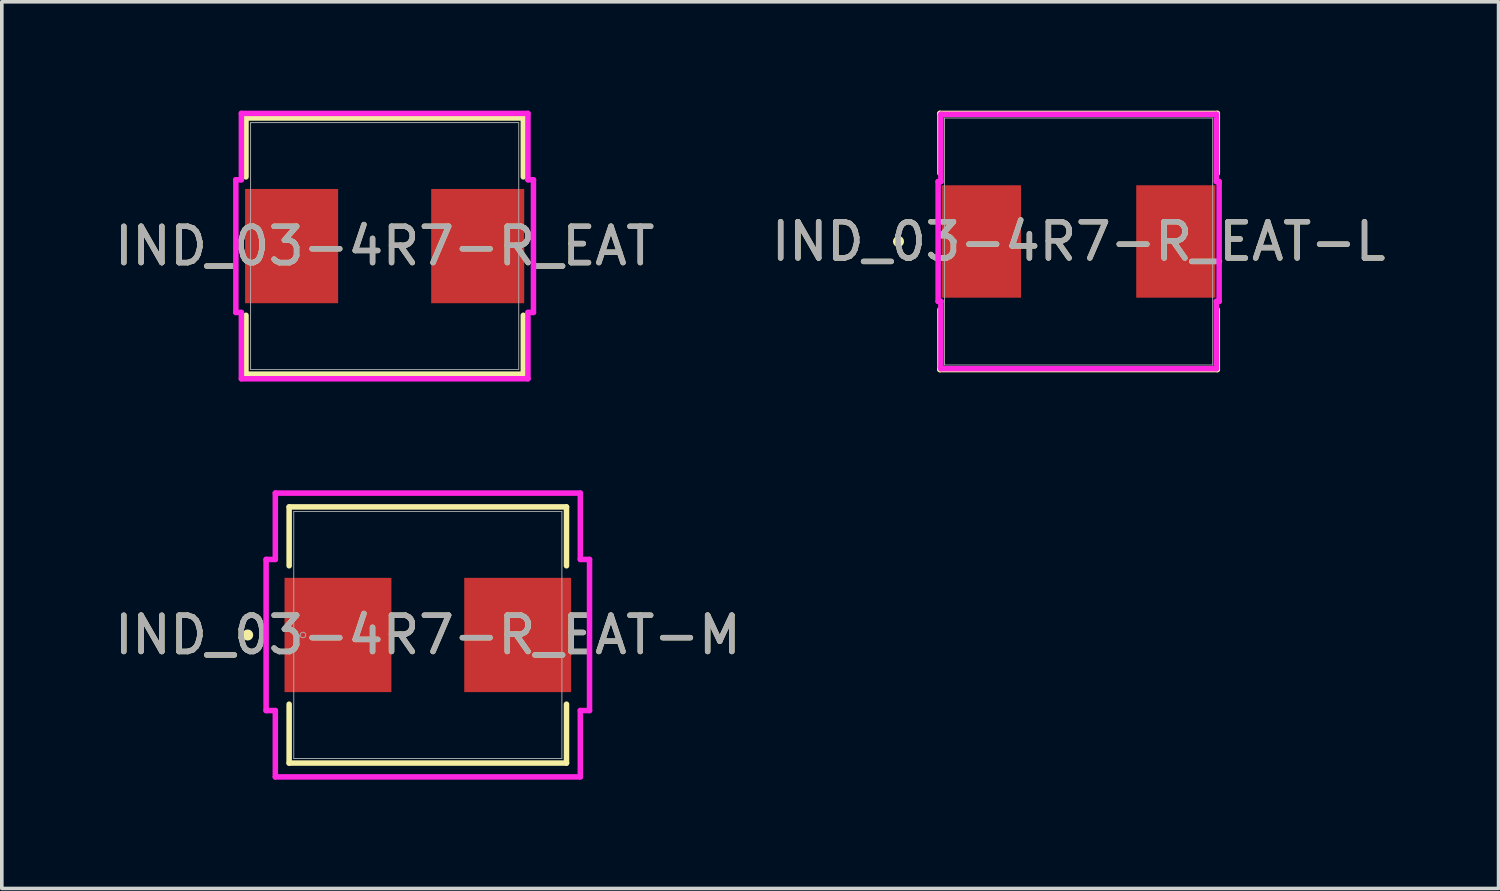
<source format=kicad_pcb>
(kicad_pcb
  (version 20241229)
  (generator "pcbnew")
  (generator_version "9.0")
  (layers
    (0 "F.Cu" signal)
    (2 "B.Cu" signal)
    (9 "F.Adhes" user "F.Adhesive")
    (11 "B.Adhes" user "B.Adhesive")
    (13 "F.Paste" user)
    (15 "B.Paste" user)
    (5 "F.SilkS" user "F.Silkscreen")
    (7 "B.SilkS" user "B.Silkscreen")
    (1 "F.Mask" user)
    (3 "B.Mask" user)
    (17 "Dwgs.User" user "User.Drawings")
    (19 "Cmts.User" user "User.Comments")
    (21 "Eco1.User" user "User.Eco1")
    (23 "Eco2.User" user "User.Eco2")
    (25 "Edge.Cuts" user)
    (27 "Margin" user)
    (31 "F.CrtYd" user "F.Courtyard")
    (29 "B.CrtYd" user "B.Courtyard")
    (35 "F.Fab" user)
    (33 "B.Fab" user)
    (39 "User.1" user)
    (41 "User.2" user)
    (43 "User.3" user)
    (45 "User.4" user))
  (footprint "IND_03-4R7-R_EAT"
    (layer "F.Cu")
    (at 7.554 3.734)
    (property "Reference" "IND_03-4R7-R_EAT" (at 0 0 0) (unlocked yes) (layer "F.SilkS") (effects (font (size 1 1) (thickness 0.15))))
    (attr smd)
    (fp_line (start -3.823 -3.531) (end -3.823 -1.908) (stroke (width 0.152) (type solid)) (layer "F.SilkS"))
    (fp_line (start -3.823 1.908) (end -3.823 3.531) (stroke (width 0.152) (type solid)) (layer "F.SilkS"))
    (fp_line (start -3.823 3.531) (end 3.823 3.531) (stroke (width 0.152) (type solid)) (layer "F.SilkS"))
    (fp_line (start 3.823 -3.531) (end -3.823 -3.531) (stroke (width 0.152) (type solid)) (layer "F.SilkS"))
    (fp_line (start 3.823 -1.908) (end 3.823 -3.531) (stroke (width 0.152) (type solid)) (layer "F.SilkS"))
    (fp_line (start 3.823 3.531) (end 3.823 1.908) (stroke (width 0.152) (type solid)) (layer "F.SilkS"))
    (fp_line (start -4.102 -1.829) (end -3.95 -1.829) (stroke (width 0.152) (type solid)) (layer "F.CrtYd"))
    (fp_line (start -4.102 1.829) (end -4.102 -1.829) (stroke (width 0.152) (type solid)) (layer "F.CrtYd"))
    (fp_line (start -3.95 -3.658) (end 3.95 -3.658) (stroke (width 0.152) (type solid)) (layer "F.CrtYd"))
    (fp_line (start -3.95 -1.829) (end -3.95 -3.658) (stroke (width 0.152) (type solid)) (layer "F.CrtYd"))
    (fp_line (start -3.95 1.829) (end -4.102 1.829) (stroke (width 0.152) (type solid)) (layer "F.CrtYd"))
    (fp_line (start -3.95 3.658) (end -3.95 1.829) (stroke (width 0.152) (type solid)) (layer "F.CrtYd"))
    (fp_line (start 3.95 -3.658) (end 3.95 -1.829) (stroke (width 0.152) (type solid)) (layer "F.CrtYd"))
    (fp_line (start 3.95 -1.829) (end 4.102 -1.829) (stroke (width 0.152) (type solid)) (layer "F.CrtYd"))
    (fp_line (start 3.95 1.829) (end 3.95 3.658) (stroke (width 0.152) (type solid)) (layer "F.CrtYd"))
    (fp_line (start 3.95 3.658) (end -3.95 3.658) (stroke (width 0.152) (type solid)) (layer "F.CrtYd"))
    (fp_line (start 4.102 -1.829) (end 4.102 1.829) (stroke (width 0.152) (type solid)) (layer "F.CrtYd"))
    (fp_line (start 4.102 1.829) (end 3.95 1.829) (stroke (width 0.152) (type solid)) (layer "F.CrtYd"))
    (fp_line (start -3.696 -3.404) (end -3.696 3.404) (stroke (width 0.025) (type solid)) (layer "F.Fab"))
    (fp_line (start -3.696 3.404) (end 3.696 3.404) (stroke (width 0.025) (type solid)) (layer "F.Fab"))
    (fp_line (start 3.696 -3.404) (end -3.696 -3.404) (stroke (width 0.025) (type solid)) (layer "F.Fab"))
    (fp_line (start 3.696 3.404) (end 3.696 -3.404) (stroke (width 0.025) (type solid)) (layer "F.Fab"))
    (fp_circle (center -3.442 0) (end -3.442 0) (stroke (width 0.025) (type solid)) (fill no) (layer "F.Fab"))
    (fp_text user "${REFERENCE}" (at 0 0 0) (unlocked yes) (layer "F.Fab") (effects (font (size 1 1) (thickness 0.15))))
    (pad "1" smd rect (at -2.565 0 90) (size 3.15 2.565) (layers "F.Cu" "F.Mask" "F.Paste"))
    (pad "2" smd rect (at 2.565 0 90) (size 3.15 2.565) (layers "F.Cu" "F.Mask" "F.Paste"))
    (zone (net_name "") (layer "F.Cu") (hatch full 0.508) (connect_pads) (min_thickness 0.254) (filled_areas_thickness no) (keepout (tracks not_allowed) (vias not_allowed) (pads allowed) (copperpour not_allowed) (footprints allowed)) (placement (enabled no)) (fill) (polygon (pts (xy 6.322 2.108) (xy 8.785 2.108) (xy 8.785 5.359) (xy 6.322 5.359)))))
  (footprint "IND_03-4R7-R_EAT-L"
    (layer "F.Cu")
    (at 26.685 3.607)
    (property "Reference" "IND_03-4R7-R_EAT-L" (at 0 0 0) (unlocked yes) (layer "F.SilkS") (effects (font (size 1 1) (thickness 0.15))))
    (attr smd)
    (fp_line (start -3.823 -3.531) (end -3.823 -1.878) (stroke (width 0.152) (type solid)) (layer "F.SilkS"))
    (fp_line (start -3.823 1.878) (end -3.823 3.531) (stroke (width 0.152) (type solid)) (layer "F.SilkS"))
    (fp_line (start -3.823 3.531) (end 3.823 3.531) (stroke (width 0.152) (type solid)) (layer "F.SilkS"))
    (fp_line (start 3.823 -3.531) (end -3.823 -3.531) (stroke (width 0.152) (type solid)) (layer "F.SilkS"))
    (fp_line (start 3.823 -1.878) (end 3.823 -3.531) (stroke (width 0.152) (type solid)) (layer "F.SilkS"))
    (fp_line (start 3.823 3.531) (end 3.823 1.878) (stroke (width 0.152) (type solid)) (layer "F.SilkS"))
    (fp_circle (center -4.966 0) (end -4.889 0) (stroke (width 0.152) (type solid)) (fill no) (layer "F.SilkS"))
    (fp_line (start -3.873 -1.651) (end -3.797 -1.651) (stroke (width 0.152) (type solid)) (layer "F.CrtYd"))
    (fp_line (start -3.873 1.651) (end -3.873 -1.651) (stroke (width 0.152) (type solid)) (layer "F.CrtYd"))
    (fp_line (start -3.797 -3.505) (end 3.797 -3.505) (stroke (width 0.152) (type solid)) (layer "F.CrtYd"))
    (fp_line (start -3.797 -1.651) (end -3.797 -3.505) (stroke (width 0.152) (type solid)) (layer "F.CrtYd"))
    (fp_line (start -3.797 1.651) (end -3.873 1.651) (stroke (width 0.152) (type solid)) (layer "F.CrtYd"))
    (fp_line (start -3.797 3.505) (end -3.797 1.651) (stroke (width 0.152) (type solid)) (layer "F.CrtYd"))
    (fp_line (start 3.797 -3.505) (end 3.797 -1.651) (stroke (width 0.152) (type solid)) (layer "F.CrtYd"))
    (fp_line (start 3.797 -1.651) (end 3.873 -1.651) (stroke (width 0.152) (type solid)) (layer "F.CrtYd"))
    (fp_line (start 3.797 1.651) (end 3.797 3.505) (stroke (width 0.152) (type solid)) (layer "F.CrtYd"))
    (fp_line (start 3.797 3.505) (end -3.797 3.505) (stroke (width 0.152) (type solid)) (layer "F.CrtYd"))
    (fp_line (start 3.873 -1.651) (end 3.873 1.651) (stroke (width 0.152) (type solid)) (layer "F.CrtYd"))
    (fp_line (start 3.873 1.651) (end 3.797 1.651) (stroke (width 0.152) (type solid)) (layer "F.CrtYd"))
    (fp_line (start -3.696 -3.404) (end -3.696 3.404) (stroke (width 0.025) (type solid)) (layer "F.Fab"))
    (fp_line (start -3.696 3.404) (end 3.696 3.404) (stroke (width 0.025) (type solid)) (layer "F.Fab"))
    (fp_line (start 3.696 -3.404) (end -3.696 -3.404) (stroke (width 0.025) (type solid)) (layer "F.Fab"))
    (fp_line (start 3.696 3.404) (end 3.696 -3.404) (stroke (width 0.025) (type solid)) (layer "F.Fab"))
    (fp_circle (center -3.442 0) (end -3.365 0) (stroke (width 0.025) (type solid)) (fill no) (layer "F.Fab"))
    (fp_text user "${REFERENCE}" (at 0 0 0) (unlocked yes) (layer "F.Fab") (effects (font (size 1 1) (thickness 0.15))))
    (pad "1" smd rect (at -2.68 0 90) (size 3.099 2.184) (layers "F.Cu" "F.Mask" "F.Paste"))
    (pad "2" smd rect (at 2.68 0 90) (size 3.099 2.184) (layers "F.Cu" "F.Mask" "F.Paste"))
    (zone (net_name "") (layer "F.Cu") (hatch full 0.508) (connect_pads) (min_thickness 0.254) (filled_areas_thickness no) (keepout (tracks not_allowed) (vias not_allowed) (pads allowed) (copperpour not_allowed) (footprints allowed)) (placement (enabled no)) (fill) (polygon (pts (xy 23.04 0.254) (xy 30.329 0.254) (xy 30.329 1.981) (xy 23.04 1.981))))
    (zone (net_name "") (layer "F.Cu") (hatch full 0.508) (connect_pads) (min_thickness 0.254) (filled_areas_thickness no) (keepout (tracks not_allowed) (vias not_allowed) (pads allowed) (copperpour not_allowed) (footprints allowed)) (placement (enabled no)) (fill) (polygon (pts (xy 23.04 5.232) (xy 30.329 5.232) (xy 30.329 6.96) (xy 23.04 6.96))))
    (zone (net_name "") (layer "F.Cu") (hatch full 0.508) (connect_pads) (min_thickness 0.254) (filled_areas_thickness no) (keepout (tracks not_allowed) (vias not_allowed) (pads allowed) (copperpour not_allowed) (footprints allowed)) (placement (enabled no)) (fill) (polygon (pts (xy 25.148 1.981) (xy 28.221 1.981) (xy 28.221 5.232) (xy 25.148 5.232)))))
  (footprint "IND_03-4R7-R_EAT-M"
    (layer "F.Cu")
    (at 8.744 14.455)
    (property "Reference" "IND_03-4R7-R_EAT-M" (at 0 0 0) (unlocked yes) (layer "F.SilkS") (effects (font (size 1 1) (thickness 0.15))))
    (attr smd)
    (fp_line (start -3.823 -3.531) (end -3.823 -1.908) (stroke (width 0.152) (type solid)) (layer "F.SilkS"))
    (fp_line (start -3.823 1.908) (end -3.823 3.531) (stroke (width 0.152) (type solid)) (layer "F.SilkS"))
    (fp_line (start -3.823 3.531) (end 3.823 3.531) (stroke (width 0.152) (type solid)) (layer "F.SilkS"))
    (fp_line (start 3.823 -3.531) (end -3.823 -3.531) (stroke (width 0.152) (type solid)) (layer "F.SilkS"))
    (fp_line (start 3.823 -1.908) (end 3.823 -3.531) (stroke (width 0.152) (type solid)) (layer "F.SilkS"))
    (fp_line (start 3.823 3.531) (end 3.823 1.908) (stroke (width 0.152) (type solid)) (layer "F.SilkS"))
    (fp_circle (center -4.966 0) (end -4.889 0) (stroke (width 0.152) (type solid)) (fill no) (layer "F.SilkS"))
    (fp_line (start -4.458 -2.083) (end -4.204 -2.083) (stroke (width 0.152) (type solid)) (layer "F.CrtYd"))
    (fp_line (start -4.458 2.083) (end -4.458 -2.083) (stroke (width 0.152) (type solid)) (layer "F.CrtYd"))
    (fp_line (start -4.204 -3.912) (end 4.204 -3.912) (stroke (width 0.152) (type solid)) (layer "F.CrtYd"))
    (fp_line (start -4.204 -2.083) (end -4.204 -3.912) (stroke (width 0.152) (type solid)) (layer "F.CrtYd"))
    (fp_line (start -4.204 2.083) (end -4.458 2.083) (stroke (width 0.152) (type solid)) (layer "F.CrtYd"))
    (fp_line (start -4.204 3.912) (end -4.204 2.083) (stroke (width 0.152) (type solid)) (layer "F.CrtYd"))
    (fp_line (start 4.204 -3.912) (end 4.204 -2.083) (stroke (width 0.152) (type solid)) (layer "F.CrtYd"))
    (fp_line (start 4.204 -2.083) (end 4.458 -2.083) (stroke (width 0.152) (type solid)) (layer "F.CrtYd"))
    (fp_line (start 4.204 2.083) (end 4.204 3.912) (stroke (width 0.152) (type solid)) (layer "F.CrtYd"))
    (fp_line (start 4.204 3.912) (end -4.204 3.912) (stroke (width 0.152) (type solid)) (layer "F.CrtYd"))
    (fp_line (start 4.458 -2.083) (end 4.458 2.083) (stroke (width 0.152) (type solid)) (layer "F.CrtYd"))
    (fp_line (start 4.458 2.083) (end 4.204 2.083) (stroke (width 0.152) (type solid)) (layer "F.CrtYd"))
    (fp_line (start -3.696 -3.404) (end -3.696 3.404) (stroke (width 0.025) (type solid)) (layer "F.Fab"))
    (fp_line (start -3.696 3.404) (end 3.696 3.404) (stroke (width 0.025) (type solid)) (layer "F.Fab"))
    (fp_line (start 3.696 -3.404) (end -3.696 -3.404) (stroke (width 0.025) (type solid)) (layer "F.Fab"))
    (fp_line (start 3.696 3.404) (end 3.696 -3.404) (stroke (width 0.025) (type solid)) (layer "F.Fab"))
    (fp_circle (center -3.442 0) (end -3.365 0) (stroke (width 0.025) (type solid)) (fill no) (layer "F.Fab"))
    (fp_text user "${REFERENCE}" (at 0 0 0) (unlocked yes) (layer "F.Fab") (effects (font (size 1 1) (thickness 0.15))))
    (pad "1" smd rect (at -2.477 0 90) (size 3.15 2.946) (layers "F.Cu" "F.Mask" "F.Paste"))
    (pad "2" smd rect (at 2.477 0 90) (size 3.15 2.946) (layers "F.Cu" "F.Mask" "F.Paste"))
    (zone (net_name "") (layer "F.Cu") (hatch full 0.508) (connect_pads) (min_thickness 0.254) (filled_areas_thickness no) (keepout (tracks not_allowed) (vias not_allowed) (pads allowed) (copperpour not_allowed) (footprints allowed)) (placement (enabled no)) (fill) (polygon (pts (xy 5.099 11.103) (xy 12.389 11.103) (xy 12.389 12.83) (xy 5.099 12.83))))
    (zone (net_name "") (layer "F.Cu") (hatch full 0.508) (connect_pads) (min_thickness 0.254) (filled_areas_thickness no) (keepout (tracks not_allowed) (vias not_allowed) (pads allowed) (copperpour not_allowed) (footprints allowed)) (placement (enabled no)) (fill) (polygon (pts (xy 5.099 16.081) (xy 12.389 16.081) (xy 12.389 17.808) (xy 5.099 17.808))))
    (zone (net_name "") (layer "F.Cu") (hatch full 0.508) (connect_pads) (min_thickness 0.254) (filled_areas_thickness no) (keepout (tracks not_allowed) (vias not_allowed) (pads allowed) (copperpour not_allowed) (footprints allowed)) (placement (enabled no)) (fill) (polygon (pts (xy 7.792 12.83) (xy 9.697 12.83) (xy 9.697 16.081) (xy 7.792 16.081)))))
  (gr_rect
    (start -3 -3)
    (end 38.262 21.443)
    (stroke (width 0.1) (type default))
    (fill no)
    (layer "Edge.Cuts")))
</source>
